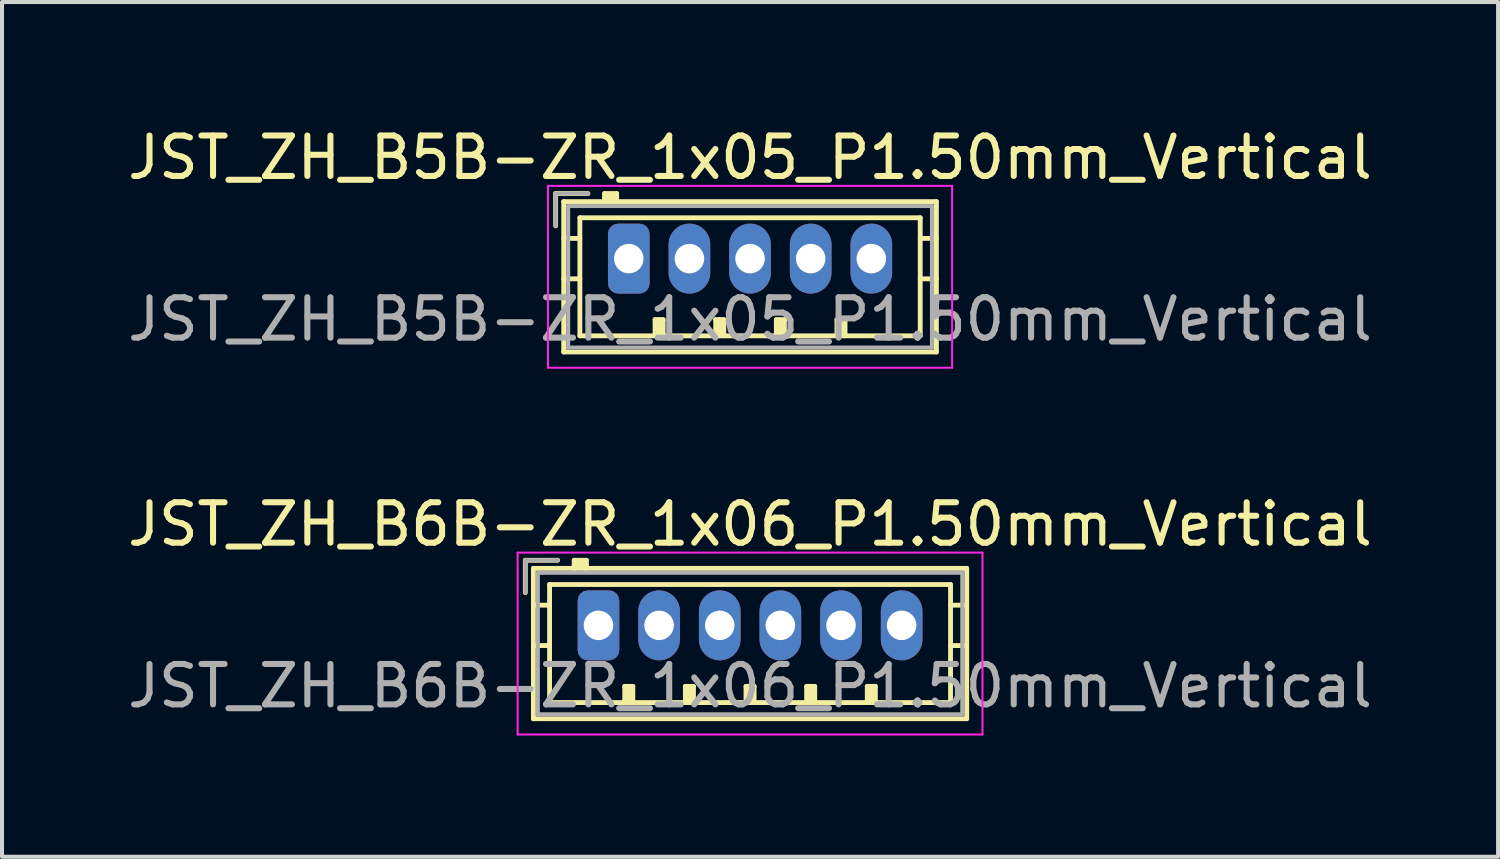
<source format=kicad_pcb>
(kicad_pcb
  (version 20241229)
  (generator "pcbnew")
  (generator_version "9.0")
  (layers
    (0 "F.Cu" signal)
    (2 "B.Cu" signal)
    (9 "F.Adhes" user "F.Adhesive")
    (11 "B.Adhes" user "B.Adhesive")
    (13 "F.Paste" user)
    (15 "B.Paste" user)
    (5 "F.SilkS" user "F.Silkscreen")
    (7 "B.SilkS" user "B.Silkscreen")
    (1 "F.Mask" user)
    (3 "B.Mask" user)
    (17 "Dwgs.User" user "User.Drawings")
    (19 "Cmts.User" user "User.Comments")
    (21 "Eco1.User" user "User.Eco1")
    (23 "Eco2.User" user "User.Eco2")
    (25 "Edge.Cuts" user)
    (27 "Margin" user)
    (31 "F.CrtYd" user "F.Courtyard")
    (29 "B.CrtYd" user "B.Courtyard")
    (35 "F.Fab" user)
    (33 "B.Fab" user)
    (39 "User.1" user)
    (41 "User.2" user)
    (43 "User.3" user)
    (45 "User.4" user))
  (footprint "JST_ZH_B6B-ZR_1x06_P1.50mm_Vertical"
    (layer "F.Cu")
    (at 11.756 12.421)
    (property "Reference" "JST_ZH_B6B-ZR_1x06_P1.50mm_Vertical" (at 3.75 -2.5 0) (layer "F.SilkS") (effects (font (size 1 1) (thickness 0.15))))
    (attr through_hole)
    (fp_line (start -1.81 -1.61) (end -1.81 -0.81) (stroke (width 0.12) (type solid)) (layer "F.SilkS"))
    (fp_line (start -1.61 -1.41) (end -1.61 2.31) (stroke (width 0.12) (type solid)) (layer "F.SilkS"))
    (fp_line (start -1.61 -0.5) (end -1.21 -0.5) (stroke (width 0.12) (type solid)) (layer "F.SilkS"))
    (fp_line (start -1.61 0.5) (end -1.21 0.5) (stroke (width 0.12) (type solid)) (layer "F.SilkS"))
    (fp_line (start -1.61 2.31) (end 9.11 2.31) (stroke (width 0.12) (type solid)) (layer "F.SilkS"))
    (fp_line (start -1.21 -1.01) (end -1.21 1.91) (stroke (width 0.12) (type solid)) (layer "F.SilkS"))
    (fp_line (start -1.21 1.91) (end 8.71 1.91) (stroke (width 0.12) (type solid)) (layer "F.SilkS"))
    (fp_line (start -1.01 -1.61) (end -1.81 -1.61) (stroke (width 0.12) (type solid)) (layer "F.SilkS"))
    (fp_line (start -0.6 -1.61) (end -0.6 -1.41) (stroke (width 0.12) (type solid)) (layer "F.SilkS"))
    (fp_line (start -0.3 -1.61) (end -0.6 -1.61) (stroke (width 0.12) (type solid)) (layer "F.SilkS"))
    (fp_line (start -0.3 -1.51) (end -0.6 -1.51) (stroke (width 0.12) (type solid)) (layer "F.SilkS"))
    (fp_line (start -0.3 -1.41) (end -0.3 -1.61) (stroke (width 0.12) (type solid)) (layer "F.SilkS"))
    (fp_line (start 0.65 1.51) (end 0.85 1.51) (stroke (width 0.12) (type solid)) (layer "F.SilkS"))
    (fp_line (start 0.65 1.91) (end 0.65 1.51) (stroke (width 0.12) (type solid)) (layer "F.SilkS"))
    (fp_line (start 0.75 1.91) (end 0.75 1.51) (stroke (width 0.12) (type solid)) (layer "F.SilkS"))
    (fp_line (start 0.85 1.51) (end 0.85 1.91) (stroke (width 0.12) (type solid)) (layer "F.SilkS"))
    (fp_line (start 2.15 1.51) (end 2.35 1.51) (stroke (width 0.12) (type solid)) (layer "F.SilkS"))
    (fp_line (start 2.15 1.91) (end 2.15 1.51) (stroke (width 0.12) (type solid)) (layer "F.SilkS"))
    (fp_line (start 2.25 1.91) (end 2.25 1.51) (stroke (width 0.12) (type solid)) (layer "F.SilkS"))
    (fp_line (start 2.35 1.51) (end 2.35 1.91) (stroke (width 0.12) (type solid)) (layer "F.SilkS"))
    (fp_line (start 3.65 1.51) (end 3.85 1.51) (stroke (width 0.12) (type solid)) (layer "F.SilkS"))
    (fp_line (start 3.65 1.91) (end 3.65 1.51) (stroke (width 0.12) (type solid)) (layer "F.SilkS"))
    (fp_line (start 3.75 1.91) (end 3.75 1.51) (stroke (width 0.12) (type solid)) (layer "F.SilkS"))
    (fp_line (start 3.85 1.51) (end 3.85 1.91) (stroke (width 0.12) (type solid)) (layer "F.SilkS"))
    (fp_line (start 5.15 1.51) (end 5.35 1.51) (stroke (width 0.12) (type solid)) (layer "F.SilkS"))
    (fp_line (start 5.15 1.91) (end 5.15 1.51) (stroke (width 0.12) (type solid)) (layer "F.SilkS"))
    (fp_line (start 5.25 1.91) (end 5.25 1.51) (stroke (width 0.12) (type solid)) (layer "F.SilkS"))
    (fp_line (start 5.35 1.51) (end 5.35 1.91) (stroke (width 0.12) (type solid)) (layer "F.SilkS"))
    (fp_line (start 6.65 1.51) (end 6.85 1.51) (stroke (width 0.12) (type solid)) (layer "F.SilkS"))
    (fp_line (start 6.65 1.91) (end 6.65 1.51) (stroke (width 0.12) (type solid)) (layer "F.SilkS"))
    (fp_line (start 6.75 1.91) (end 6.75 1.51) (stroke (width 0.12) (type solid)) (layer "F.SilkS"))
    (fp_line (start 6.85 1.51) (end 6.85 1.91) (stroke (width 0.12) (type solid)) (layer "F.SilkS"))
    (fp_line (start 8.71 -1.01) (end -1.21 -1.01) (stroke (width 0.12) (type solid)) (layer "F.SilkS"))
    (fp_line (start 8.71 1.91) (end 8.71 -1.01) (stroke (width 0.12) (type solid)) (layer "F.SilkS"))
    (fp_line (start 9.11 -1.41) (end -1.61 -1.41) (stroke (width 0.12) (type solid)) (layer "F.SilkS"))
    (fp_line (start 9.11 -0.5) (end 8.71 -0.5) (stroke (width 0.12) (type solid)) (layer "F.SilkS"))
    (fp_line (start 9.11 0.5) (end 8.71 0.5) (stroke (width 0.12) (type solid)) (layer "F.SilkS"))
    (fp_line (start 9.11 2.31) (end 9.11 -1.41) (stroke (width 0.12) (type solid)) (layer "F.SilkS"))
    (fp_line (start -2 -1.8) (end -2 2.7) (stroke (width 0.05) (type solid)) (layer "F.CrtYd"))
    (fp_line (start -2 2.7) (end 9.5 2.7) (stroke (width 0.05) (type solid)) (layer "F.CrtYd"))
    (fp_line (start 9.5 -1.8) (end -2 -1.8) (stroke (width 0.05) (type solid)) (layer "F.CrtYd"))
    (fp_line (start 9.5 2.7) (end 9.5 -1.8) (stroke (width 0.05) (type solid)) (layer "F.CrtYd"))
    (fp_line (start -1.81 -1.61) (end -1.81 -0.81) (stroke (width 0.1) (type solid)) (layer "F.Fab"))
    (fp_line (start -1.5 -1.3) (end -1.5 2.2) (stroke (width 0.1) (type solid)) (layer "F.Fab"))
    (fp_line (start -1.5 2.2) (end 9 2.2) (stroke (width 0.1) (type solid)) (layer "F.Fab"))
    (fp_line (start -1.01 -1.61) (end -1.81 -1.61) (stroke (width 0.1) (type solid)) (layer "F.Fab"))
    (fp_line (start 9 -1.3) (end -1.5 -1.3) (stroke (width 0.1) (type solid)) (layer "F.Fab"))
    (fp_line (start 9 2.2) (end 9 -1.3) (stroke (width 0.1) (type solid)) (layer "F.Fab"))
    (fp_text user "${REFERENCE}" (at 3.75 1.5 0) (layer "F.Fab") (effects (font (size 1 1) (thickness 0.15))))
    (pad "1" thru_hole roundrect (at 0 0) (size 1.03 1.73) (drill 0.73) (layers "*.Cu" "*.Mask") (roundrect_rratio 0.243))
    (pad "2" thru_hole oval (at 1.5 0) (size 1.03 1.73) (drill 0.73) (layers "*.Cu" "*.Mask"))
    (pad "3" thru_hole oval (at 3 0) (size 1.03 1.73) (drill 0.73) (layers "*.Cu" "*.Mask"))
    (pad "4" thru_hole oval (at 4.5 0) (size 1.03 1.73) (drill 0.73) (layers "*.Cu" "*.Mask"))
    (pad "5" thru_hole oval (at 6 0) (size 1.03 1.73) (drill 0.73) (layers "*.Cu" "*.Mask"))
    (pad "6" thru_hole oval (at 7.5 0) (size 1.03 1.73) (drill 0.73) (layers "*.Cu" "*.Mask")))
  (footprint "JST_ZH_B5B-ZR_1x05_P1.50mm_Vertical"
    (layer "F.Cu")
    (at 12.506 3.348)
    (property "Reference" "JST_ZH_B5B-ZR_1x05_P1.50mm_Vertical" (at 3 -2.5 0) (layer "F.SilkS") (effects (font (size 1 1) (thickness 0.15))))
    (attr through_hole)
    (fp_line (start -1.81 -1.61) (end -1.81 -0.81) (stroke (width 0.12) (type solid)) (layer "F.SilkS"))
    (fp_line (start -1.61 -1.41) (end -1.61 2.31) (stroke (width 0.12) (type solid)) (layer "F.SilkS"))
    (fp_line (start -1.61 -0.5) (end -1.21 -0.5) (stroke (width 0.12) (type solid)) (layer "F.SilkS"))
    (fp_line (start -1.61 0.5) (end -1.21 0.5) (stroke (width 0.12) (type solid)) (layer "F.SilkS"))
    (fp_line (start -1.61 2.31) (end 7.61 2.31) (stroke (width 0.12) (type solid)) (layer "F.SilkS"))
    (fp_line (start -1.21 -1.01) (end -1.21 1.91) (stroke (width 0.12) (type solid)) (layer "F.SilkS"))
    (fp_line (start -1.21 1.91) (end 7.21 1.91) (stroke (width 0.12) (type solid)) (layer "F.SilkS"))
    (fp_line (start -1.01 -1.61) (end -1.81 -1.61) (stroke (width 0.12) (type solid)) (layer "F.SilkS"))
    (fp_line (start -0.6 -1.61) (end -0.6 -1.41) (stroke (width 0.12) (type solid)) (layer "F.SilkS"))
    (fp_line (start -0.3 -1.61) (end -0.6 -1.61) (stroke (width 0.12) (type solid)) (layer "F.SilkS"))
    (fp_line (start -0.3 -1.51) (end -0.6 -1.51) (stroke (width 0.12) (type solid)) (layer "F.SilkS"))
    (fp_line (start -0.3 -1.41) (end -0.3 -1.61) (stroke (width 0.12) (type solid)) (layer "F.SilkS"))
    (fp_line (start 0.65 1.51) (end 0.85 1.51) (stroke (width 0.12) (type solid)) (layer "F.SilkS"))
    (fp_line (start 0.65 1.91) (end 0.65 1.51) (stroke (width 0.12) (type solid)) (layer "F.SilkS"))
    (fp_line (start 0.75 1.91) (end 0.75 1.51) (stroke (width 0.12) (type solid)) (layer "F.SilkS"))
    (fp_line (start 0.85 1.51) (end 0.85 1.91) (stroke (width 0.12) (type solid)) (layer "F.SilkS"))
    (fp_line (start 2.15 1.51) (end 2.35 1.51) (stroke (width 0.12) (type solid)) (layer "F.SilkS"))
    (fp_line (start 2.15 1.91) (end 2.15 1.51) (stroke (width 0.12) (type solid)) (layer "F.SilkS"))
    (fp_line (start 2.25 1.91) (end 2.25 1.51) (stroke (width 0.12) (type solid)) (layer "F.SilkS"))
    (fp_line (start 2.35 1.51) (end 2.35 1.91) (stroke (width 0.12) (type solid)) (layer "F.SilkS"))
    (fp_line (start 3.65 1.51) (end 3.85 1.51) (stroke (width 0.12) (type solid)) (layer "F.SilkS"))
    (fp_line (start 3.65 1.91) (end 3.65 1.51) (stroke (width 0.12) (type solid)) (layer "F.SilkS"))
    (fp_line (start 3.75 1.91) (end 3.75 1.51) (stroke (width 0.12) (type solid)) (layer "F.SilkS"))
    (fp_line (start 3.85 1.51) (end 3.85 1.91) (stroke (width 0.12) (type solid)) (layer "F.SilkS"))
    (fp_line (start 5.15 1.51) (end 5.35 1.51) (stroke (width 0.12) (type solid)) (layer "F.SilkS"))
    (fp_line (start 5.15 1.91) (end 5.15 1.51) (stroke (width 0.12) (type solid)) (layer "F.SilkS"))
    (fp_line (start 5.25 1.91) (end 5.25 1.51) (stroke (width 0.12) (type solid)) (layer "F.SilkS"))
    (fp_line (start 5.35 1.51) (end 5.35 1.91) (stroke (width 0.12) (type solid)) (layer "F.SilkS"))
    (fp_line (start 7.21 -1.01) (end -1.21 -1.01) (stroke (width 0.12) (type solid)) (layer "F.SilkS"))
    (fp_line (start 7.21 1.91) (end 7.21 -1.01) (stroke (width 0.12) (type solid)) (layer "F.SilkS"))
    (fp_line (start 7.61 -1.41) (end -1.61 -1.41) (stroke (width 0.12) (type solid)) (layer "F.SilkS"))
    (fp_line (start 7.61 -0.5) (end 7.21 -0.5) (stroke (width 0.12) (type solid)) (layer "F.SilkS"))
    (fp_line (start 7.61 0.5) (end 7.21 0.5) (stroke (width 0.12) (type solid)) (layer "F.SilkS"))
    (fp_line (start 7.61 2.31) (end 7.61 -1.41) (stroke (width 0.12) (type solid)) (layer "F.SilkS"))
    (fp_line (start -2 -1.8) (end -2 2.7) (stroke (width 0.05) (type solid)) (layer "F.CrtYd"))
    (fp_line (start -2 2.7) (end 8 2.7) (stroke (width 0.05) (type solid)) (layer "F.CrtYd"))
    (fp_line (start 8 -1.8) (end -2 -1.8) (stroke (width 0.05) (type solid)) (layer "F.CrtYd"))
    (fp_line (start 8 2.7) (end 8 -1.8) (stroke (width 0.05) (type solid)) (layer "F.CrtYd"))
    (fp_line (start -1.81 -1.61) (end -1.81 -0.81) (stroke (width 0.1) (type solid)) (layer "F.Fab"))
    (fp_line (start -1.5 -1.3) (end -1.5 2.2) (stroke (width 0.1) (type solid)) (layer "F.Fab"))
    (fp_line (start -1.5 2.2) (end 7.5 2.2) (stroke (width 0.1) (type solid)) (layer "F.Fab"))
    (fp_line (start -1.01 -1.61) (end -1.81 -1.61) (stroke (width 0.1) (type solid)) (layer "F.Fab"))
    (fp_line (start 7.5 -1.3) (end -1.5 -1.3) (stroke (width 0.1) (type solid)) (layer "F.Fab"))
    (fp_line (start 7.5 2.2) (end 7.5 -1.3) (stroke (width 0.1) (type solid)) (layer "F.Fab"))
    (fp_text user "${REFERENCE}" (at 3 1.5 0) (layer "F.Fab") (effects (font (size 1 1) (thickness 0.15))))
    (pad "1" thru_hole roundrect (at 0 0) (size 1.03 1.73) (drill 0.73) (layers "*.Cu" "*.Mask") (roundrect_rratio 0.243))
    (pad "2" thru_hole oval (at 1.5 0) (size 1.03 1.73) (drill 0.73) (layers "*.Cu" "*.Mask"))
    (pad "3" thru_hole oval (at 3 0) (size 1.03 1.73) (drill 0.73) (layers "*.Cu" "*.Mask"))
    (pad "4" thru_hole oval (at 4.5 0) (size 1.03 1.73) (drill 0.73) (layers "*.Cu" "*.Mask"))
    (pad "5" thru_hole oval (at 6 0) (size 1.03 1.73) (drill 0.73) (layers "*.Cu" "*.Mask")))
  (gr_rect
    (start -3 -3)
    (end 34.012 18.146)
    (stroke (width 0.1) (type default))
    (fill no)
    (layer "Edge.Cuts")))
</source>
